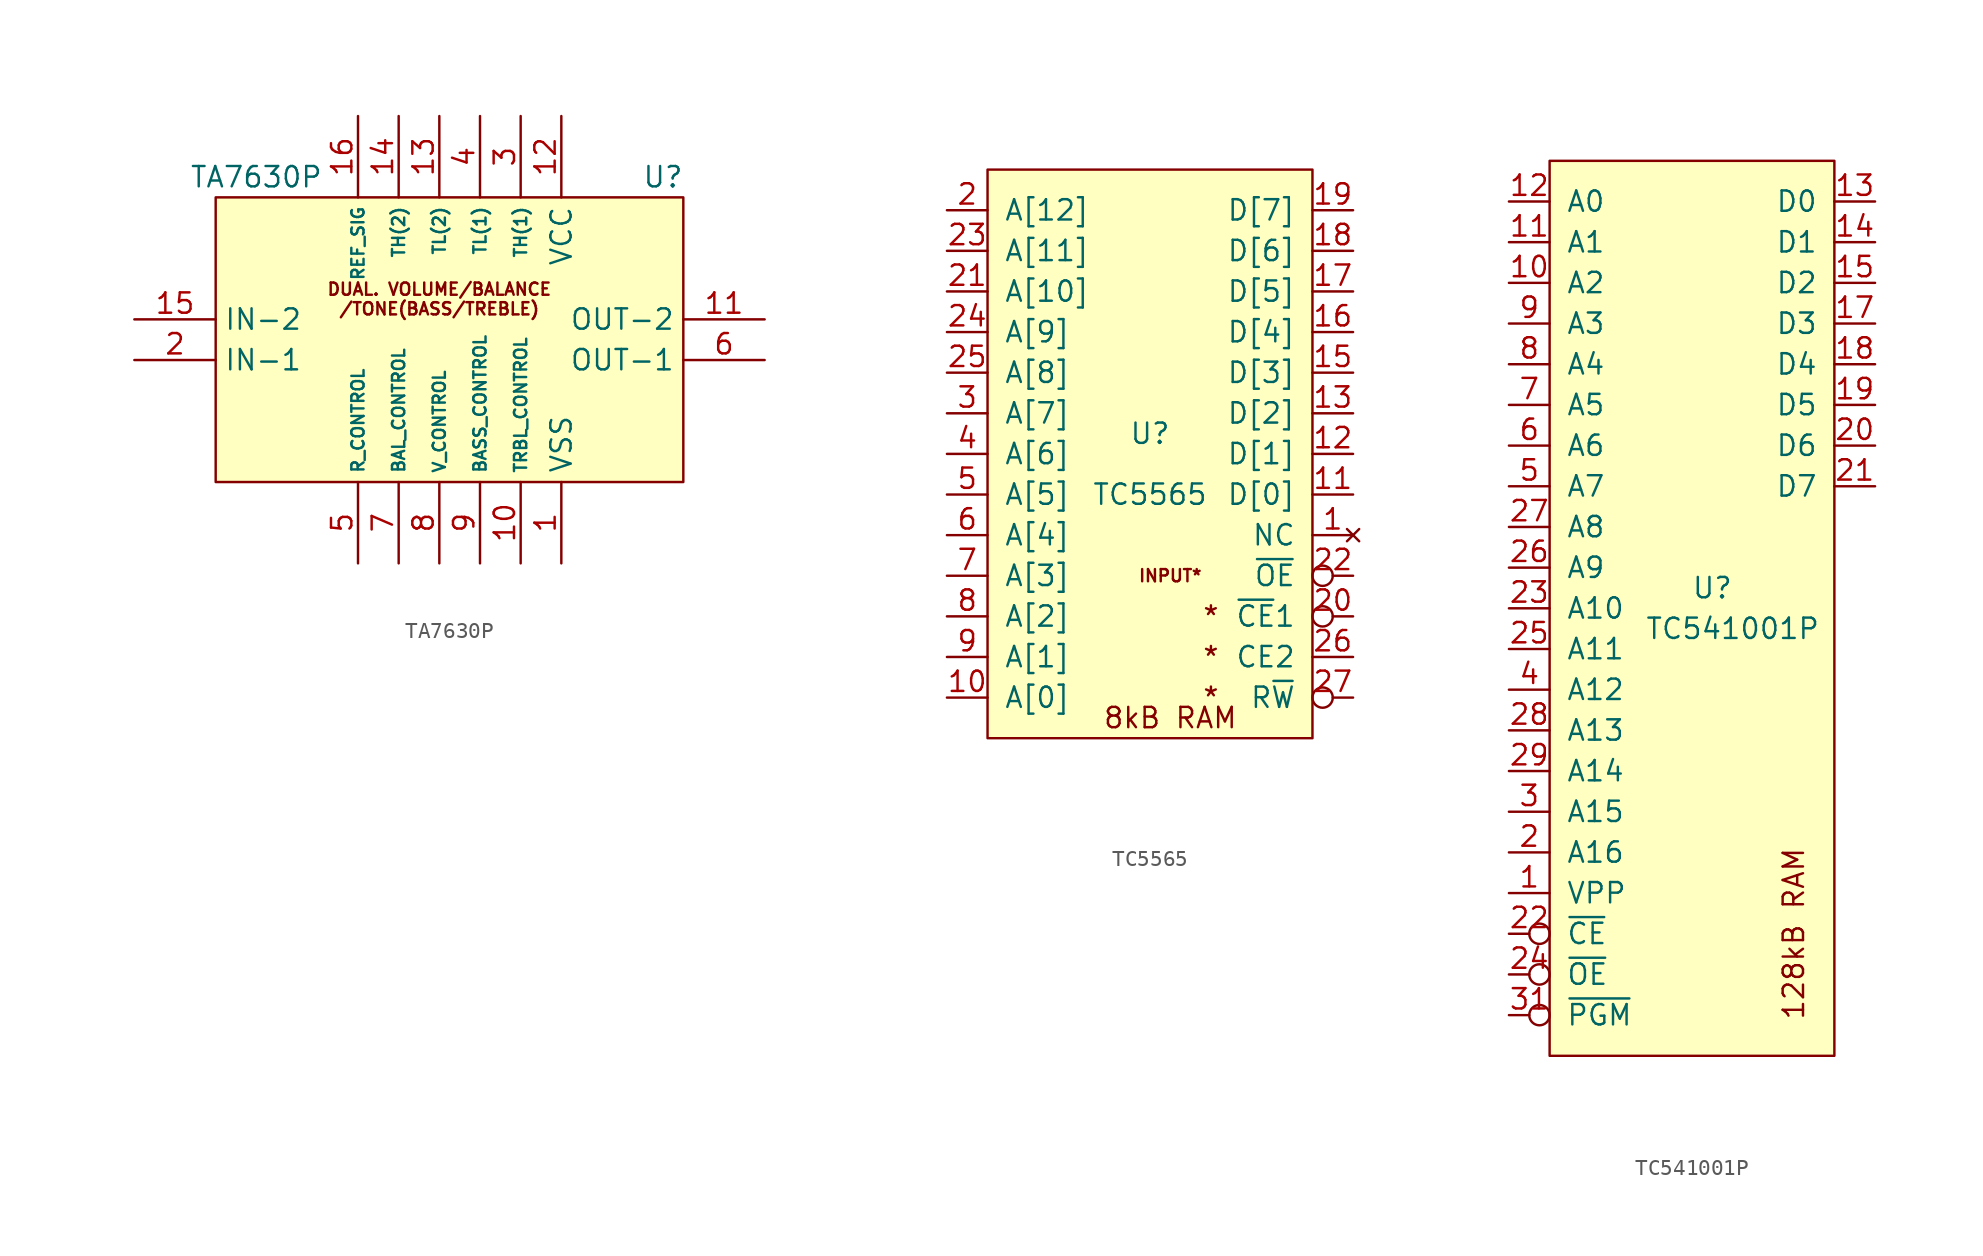
<source format=kicad_sym>
(kicad_symbol_lib
  (version 20220914)
  (generator kicad_symbol_editor)
  (symbol "TA7630P"
    (property "Reference" "U"
      (at 13.97 10.16 0)
      (effects (font (size 1.27 1.27))))
    (property "Value" "TA7630P"
      (at -11.43 10.16 0)
      (effects (font (size 1.27 1.27))))
    (symbol "TA7630P_1_1"
      (rectangle (start -13.97 8.89) (end 15.24 -8.89) (stroke (width 0) (type default)) (fill (type background)))
      (text "DUAL. VOLUME/BALANCE\n/TONE(BASS/TREBLE)\n" (at 0 2.54 0) (effects (font (size 0.762 0.762))))
      (pin power_in line (at 7.62 -13.97 90) (length 5.08) (name "VSS" (effects (font (size 1.27 1.27)))) (number "1" (effects (font (size 1.27 1.27)))))
      (pin passive line (at 5.08 -13.97 90) (length 5.08) (name "TRBL_CONTROL" (effects (font (size 0.762 0.762)))) (number "10" (effects (font (size 1.27 1.27)))))
      (pin output line (at 20.32 1.27 180) (length 5.08) (name "OUT-2" (effects (font (size 1.27 1.27)))) (number "11" (effects (font (size 1.27 1.27)))))
      (pin power_in line (at 7.62 13.97 270) (length 5.08) (name "VCC" (effects (font (size 1.27 1.27)))) (number "12" (effects (font (size 1.27 1.27)))))
      (pin passive line (at 0 13.97 270) (length 5.08) (name "TL(2)" (effects (font (size 0.762 0.762)))) (number "13" (effects (font (size 1.27 1.27)))))
      (pin passive line (at -2.54 13.97 270) (length 5.08) (name "TH(2)" (effects (font (size 0.762 0.762)))) (number "14" (effects (font (size 1.27 1.27)))))
      (pin input line (at -19.05 1.27 0) (length 5.08) (name "IN-2" (effects (font (size 1.27 1.27)))) (number "15" (effects (font (size 1.27 1.27)))))
      (pin passive line (at -5.08 13.97 270) (length 5.08) (name "REF_SIG" (effects (font (size 0.762 0.762)))) (number "16" (effects (font (size 1.27 1.27)))))
      (pin input line (at -19.05 -1.27 0) (length 5.08) (name "IN-1" (effects (font (size 1.27 1.27)))) (number "2" (effects (font (size 1.27 1.27)))))
      (pin passive line (at 5.08 13.97 270) (length 5.08) (name "TH(1)" (effects (font (size 0.762 0.762)))) (number "3" (effects (font (size 1.27 1.27)))))
      (pin passive line (at 2.54 13.97 270) (length 5.08) (name "TL(1)" (effects (font (size 0.762 0.762)))) (number "4" (effects (font (size 1.27 1.27)))))
      (pin passive line (at -5.08 -13.97 90) (length 5.08) (name "R_CONTROL" (effects (font (size 0.762 0.762)))) (number "5" (effects (font (size 1.27 1.27)))))
      (pin output line (at 20.32 -1.27 180) (length 5.08) (name "OUT-1" (effects (font (size 1.27 1.27)))) (number "6" (effects (font (size 1.27 1.27)))))
      (pin passive line (at -2.54 -13.97 90) (length 5.08) (name "BAL_CONTROL" (effects (font (size 0.762 0.762)))) (number "7" (effects (font (size 1.27 1.27)))))
      (pin passive line (at 0 -13.97 90) (length 5.08) (name "V_CONTROL" (effects (font (size 0.762 0.762)))) (number "8" (effects (font (size 1.27 1.27)))))
      (pin passive line (at 2.54 -13.97 90) (length 5.08) (name "BASS_CONTROL" (effects (font (size 0.762 0.762)))) (number "9" (effects (font (size 1.27 1.27)))))))
  (symbol "TC5565"
    (pin_names
      (offset 1.016))
    (property "Reference" "U"
      (at 0 7.62 0)
      (effects (font (size 1.27 1.27))))
    (property "Value" "TC5565"
      (at 0 3.81 0)
      (effects (font (size 1.27 1.27))))
    (symbol "TC5565_0_0"
      (text "*" (at 3.81 -8.89 0) (effects (font (size 1.27 1.27))))
      (text "*" (at 3.81 -6.35 0) (effects (font (size 1.27 1.27))))
      (text "*" (at 3.81 -3.81 0) (effects (font (size 1.27 1.27))))
      (text "8kB RAM" (at 1.27 -10.16 0) (effects (font (size 1.27 1.27))))
      (text "INPUT*" (at 1.27 -1.27 0) (effects (font (size 0.762 0.762)))))
    (symbol "TC5565_0_1"
      (rectangle (start -10.16 24.13) (end 10.16 -11.43) (stroke (width 0) (type default)) (fill (type background))))
    (symbol "TC5565_1_1"
      (pin no_connect line (at 12.7 1.27 180) (length 2.54) (name "NC" (effects (font (size 1.27 1.27)))) (number "1" (effects (font (size 1.27 1.27)))))
      (pin input line (at -12.7 -8.89 0) (length 2.54) (name "A[0]" (effects (font (size 1.27 1.27)))) (number "10" (effects (font (size 1.27 1.27)))))
      (pin bidirectional line (at 12.7 3.81 180) (length 2.54) (name "D[0]" (effects (font (size 1.27 1.27)))) (number "11" (effects (font (size 1.27 1.27)))))
      (pin bidirectional line (at 12.7 6.35 180) (length 2.54) (name "D[1]" (effects (font (size 1.27 1.27)))) (number "12" (effects (font (size 1.27 1.27)))))
      (pin bidirectional line (at 12.7 8.89 180) (length 2.54) (name "D[2]" (effects (font (size 1.27 1.27)))) (number "13" (effects (font (size 1.27 1.27)))))
      (pin bidirectional line (at 12.7 11.43 180) (length 2.54) (name "D[3]" (effects (font (size 1.27 1.27)))) (number "15" (effects (font (size 1.27 1.27)))))
      (pin bidirectional line (at 12.7 13.97 180) (length 2.54) (name "D[4]" (effects (font (size 1.27 1.27)))) (number "16" (effects (font (size 1.27 1.27)))))
      (pin bidirectional line (at 12.7 16.51 180) (length 2.54) (name "D[5]" (effects (font (size 1.27 1.27)))) (number "17" (effects (font (size 1.27 1.27)))))
      (pin bidirectional line (at 12.7 19.05 180) (length 2.54) (name "D[6]" (effects (font (size 1.27 1.27)))) (number "18" (effects (font (size 1.27 1.27)))))
      (pin bidirectional line (at 12.7 21.59 180) (length 2.54) (name "D[7]" (effects (font (size 1.27 1.27)))) (number "19" (effects (font (size 1.27 1.27)))))
      (pin input line (at -12.7 21.59 0) (length 2.54) (name "A[12]" (effects (font (size 1.27 1.27)))) (number "2" (effects (font (size 1.27 1.27)))))
      (pin input inverted (at 12.7 -3.81 180) (length 2.54) (name "~{CE}1" (effects (font (size 1.27 1.27)))) (number "20" (effects (font (size 1.27 1.27)))))
      (pin input line (at -12.7 16.51 0) (length 2.54) (name "A[10]" (effects (font (size 1.27 1.27)))) (number "21" (effects (font (size 1.27 1.27)))))
      (pin input inverted (at 12.7 -1.27 180) (length 2.54) (name "~{OE}" (effects (font (size 1.27 1.27)))) (number "22" (effects (font (size 1.27 1.27)))))
      (pin input line (at -12.7 19.05 0) (length 2.54) (name "A[11]" (effects (font (size 1.27 1.27)))) (number "23" (effects (font (size 1.27 1.27)))))
      (pin input line (at -12.7 13.97 0) (length 2.54) (name "A[9]" (effects (font (size 1.27 1.27)))) (number "24" (effects (font (size 1.27 1.27)))))
      (pin input line (at -12.7 11.43 0) (length 2.54) (name "A[8]" (effects (font (size 1.27 1.27)))) (number "25" (effects (font (size 1.27 1.27)))))
      (pin input line (at 12.7 -6.35 180) (length 2.54) (name "CE2" (effects (font (size 1.27 1.27)))) (number "26" (effects (font (size 1.27 1.27)))))
      (pin input inverted (at 12.7 -8.89 180) (length 2.54) (name "R~{W}" (effects (font (size 1.27 1.27)))) (number "27" (effects (font (size 1.27 1.27)))))
      (pin power_in line (at 0 24.13 90) (length 2.54) hide (name "VCC" (effects (font (size 1.27 1.27)))) (number "28" (effects (font (size 1.27 1.27)))))
      (pin power_in line (at 0 -11.43 270) (length 2.54) hide (name "VSS" (effects (font (size 1.27 1.27)))) (number "28" (effects (font (size 1.27 1.27)))))
      (pin input line (at -12.7 8.89 0) (length 2.54) (name "A[7]" (effects (font (size 1.27 1.27)))) (number "3" (effects (font (size 1.27 1.27)))))
      (pin input line (at -12.7 6.35 0) (length 2.54) (name "A[6]" (effects (font (size 1.27 1.27)))) (number "4" (effects (font (size 1.27 1.27)))))
      (pin input line (at -12.7 3.81 0) (length 2.54) (name "A[5]" (effects (font (size 1.27 1.27)))) (number "5" (effects (font (size 1.27 1.27)))))
      (pin input line (at -12.7 1.27 0) (length 2.54) (name "A[4]" (effects (font (size 1.27 1.27)))) (number "6" (effects (font (size 1.27 1.27)))))
      (pin input line (at -12.7 -1.27 0) (length 2.54) (name "A[3]" (effects (font (size 1.27 1.27)))) (number "7" (effects (font (size 1.27 1.27)))))
      (pin input line (at -12.7 -3.81 0) (length 2.54) (name "A[2]" (effects (font (size 1.27 1.27)))) (number "8" (effects (font (size 1.27 1.27)))))
      (pin input line (at -12.7 -6.35 0) (length 2.54) (name "A[1]" (effects (font (size 1.27 1.27)))) (number "9" (effects (font (size 1.27 1.27)))))))
  (symbol "TC541001P"
    (pin_names
      (offset 1.016))
    (property "Reference" "U"
      (at 1.27 -12.7 0)
      (effects (font (size 1.27 1.27))))
    (property "Value" "TC541001P"
      (at 2.54 -15.24 0)
      (effects (font (size 1.27 1.27))))
    (symbol "TC541001P_0_1"
      (rectangle (start -8.89 13.97) (end 8.89 -41.91) (stroke (width 0) (type default)) (fill (type background))))
    (symbol "TC541001P_1_1"
      (text "128kB RAM" (at 6.35 -34.29 900) (effects (font (size 1.27 1.27))))
      (pin input line (at -11.43 -31.75 0) (length 2.54) (name "VPP" (effects (font (size 1.27 1.27)))) (number "1" (effects (font (size 1.27 1.27)))))
      (pin input line (at -11.43 6.35 0) (length 2.54) (name "A2" (effects (font (size 1.27 1.27)))) (number "10" (effects (font (size 1.27 1.27)))))
      (pin input line (at -11.43 8.89 0) (length 2.54) (name "A1" (effects (font (size 1.27 1.27)))) (number "11" (effects (font (size 1.27 1.27)))))
      (pin input line (at -11.43 11.43 0) (length 2.54) (name "A0" (effects (font (size 1.27 1.27)))) (number "12" (effects (font (size 1.27 1.27)))))
      (pin output line (at 11.43 11.43 180) (length 2.54) (name "D0" (effects (font (size 1.27 1.27)))) (number "13" (effects (font (size 1.27 1.27)))))
      (pin output line (at 11.43 8.89 180) (length 2.54) (name "D1" (effects (font (size 1.27 1.27)))) (number "14" (effects (font (size 1.27 1.27)))))
      (pin output line (at 11.43 6.35 180) (length 2.54) (name "D2" (effects (font (size 1.27 1.27)))) (number "15" (effects (font (size 1.27 1.27)))))
      (pin power_in line (at 0 -41.91 90) (length 2.54) hide (name "VSS" (effects (font (size 1.27 1.27)))) (number "16" (effects (font (size 1.27 1.27)))))
      (pin output line (at 11.43 3.81 180) (length 2.54) (name "D3" (effects (font (size 1.27 1.27)))) (number "17" (effects (font (size 1.27 1.27)))))
      (pin output line (at 11.43 1.27 180) (length 2.54) (name "D4" (effects (font (size 1.27 1.27)))) (number "18" (effects (font (size 1.27 1.27)))))
      (pin output line (at 11.43 -1.27 180) (length 2.54) (name "D5" (effects (font (size 1.27 1.27)))) (number "19" (effects (font (size 1.27 1.27)))))
      (pin input line (at -11.43 -29.21 0) (length 2.54) (name "A16" (effects (font (size 1.27 1.27)))) (number "2" (effects (font (size 1.27 1.27)))))
      (pin output line (at 11.43 -3.81 180) (length 2.54) (name "D6" (effects (font (size 1.27 1.27)))) (number "20" (effects (font (size 1.27 1.27)))))
      (pin output line (at 11.43 -6.35 180) (length 2.54) (name "D7" (effects (font (size 1.27 1.27)))) (number "21" (effects (font (size 1.27 1.27)))))
      (pin input inverted (at -11.43 -34.29 0) (length 2.54) (name "~{CE}" (effects (font (size 1.27 1.27)))) (number "22" (effects (font (size 1.27 1.27)))))
      (pin input line (at -11.43 -13.97 0) (length 2.54) (name "A10" (effects (font (size 1.27 1.27)))) (number "23" (effects (font (size 1.27 1.27)))))
      (pin input inverted (at -11.43 -36.83 0) (length 2.54) (name "~{OE}" (effects (font (size 1.27 1.27)))) (number "24" (effects (font (size 1.27 1.27)))))
      (pin input line (at -11.43 -16.51 0) (length 2.54) (name "A11" (effects (font (size 1.27 1.27)))) (number "25" (effects (font (size 1.27 1.27)))))
      (pin input line (at -11.43 -11.43 0) (length 2.54) (name "A9" (effects (font (size 1.27 1.27)))) (number "26" (effects (font (size 1.27 1.27)))))
      (pin input line (at -11.43 -8.89 0) (length 2.54) (name "A8" (effects (font (size 1.27 1.27)))) (number "27" (effects (font (size 1.27 1.27)))))
      (pin input line (at -11.43 -21.59 0) (length 2.54) (name "A13" (effects (font (size 1.27 1.27)))) (number "28" (effects (font (size 1.27 1.27)))))
      (pin input line (at -11.43 -24.13 0) (length 2.54) (name "A14" (effects (font (size 1.27 1.27)))) (number "29" (effects (font (size 1.27 1.27)))))
      (pin input line (at -11.43 -26.67 0) (length 2.54) (name "A15" (effects (font (size 1.27 1.27)))) (number "3" (effects (font (size 1.27 1.27)))))
      (pin output line (at 11.43 -8.89 180) (length 2.54) hide (name "N.C" (effects (font (size 1.27 1.27)))) (number "30" (effects (font (size 1.27 1.27)))))
      (pin input inverted (at -11.43 -39.37 0) (length 2.54) (name "~{PGM}" (effects (font (size 1.27 1.27)))) (number "31" (effects (font (size 1.27 1.27)))))
      (pin power_in line (at 0 13.97 270) (length 2.54) hide (name "VCC" (effects (font (size 1.27 1.27)))) (number "32" (effects (font (size 1.27 1.27)))))
      (pin input line (at -11.43 -19.05 0) (length 2.54) (name "A12" (effects (font (size 1.27 1.27)))) (number "4" (effects (font (size 1.27 1.27)))))
      (pin input line (at -11.43 -6.35 0) (length 2.54) (name "A7" (effects (font (size 1.27 1.27)))) (number "5" (effects (font (size 1.27 1.27)))))
      (pin input line (at -11.43 -3.81 0) (length 2.54) (name "A6" (effects (font (size 1.27 1.27)))) (number "6" (effects (font (size 1.27 1.27)))))
      (pin input line (at -11.43 -1.27 0) (length 2.54) (name "A5" (effects (font (size 1.27 1.27)))) (number "7" (effects (font (size 1.27 1.27)))))
      (pin input line (at -11.43 1.27 0) (length 2.54) (name "A4" (effects (font (size 1.27 1.27)))) (number "8" (effects (font (size 1.27 1.27)))))
      (pin input line (at -11.43 3.81 0) (length 2.54) (name "A3" (effects (font (size 1.27 1.27)))) (number "9" (effects (font (size 1.27 1.27))))))))
</source>
